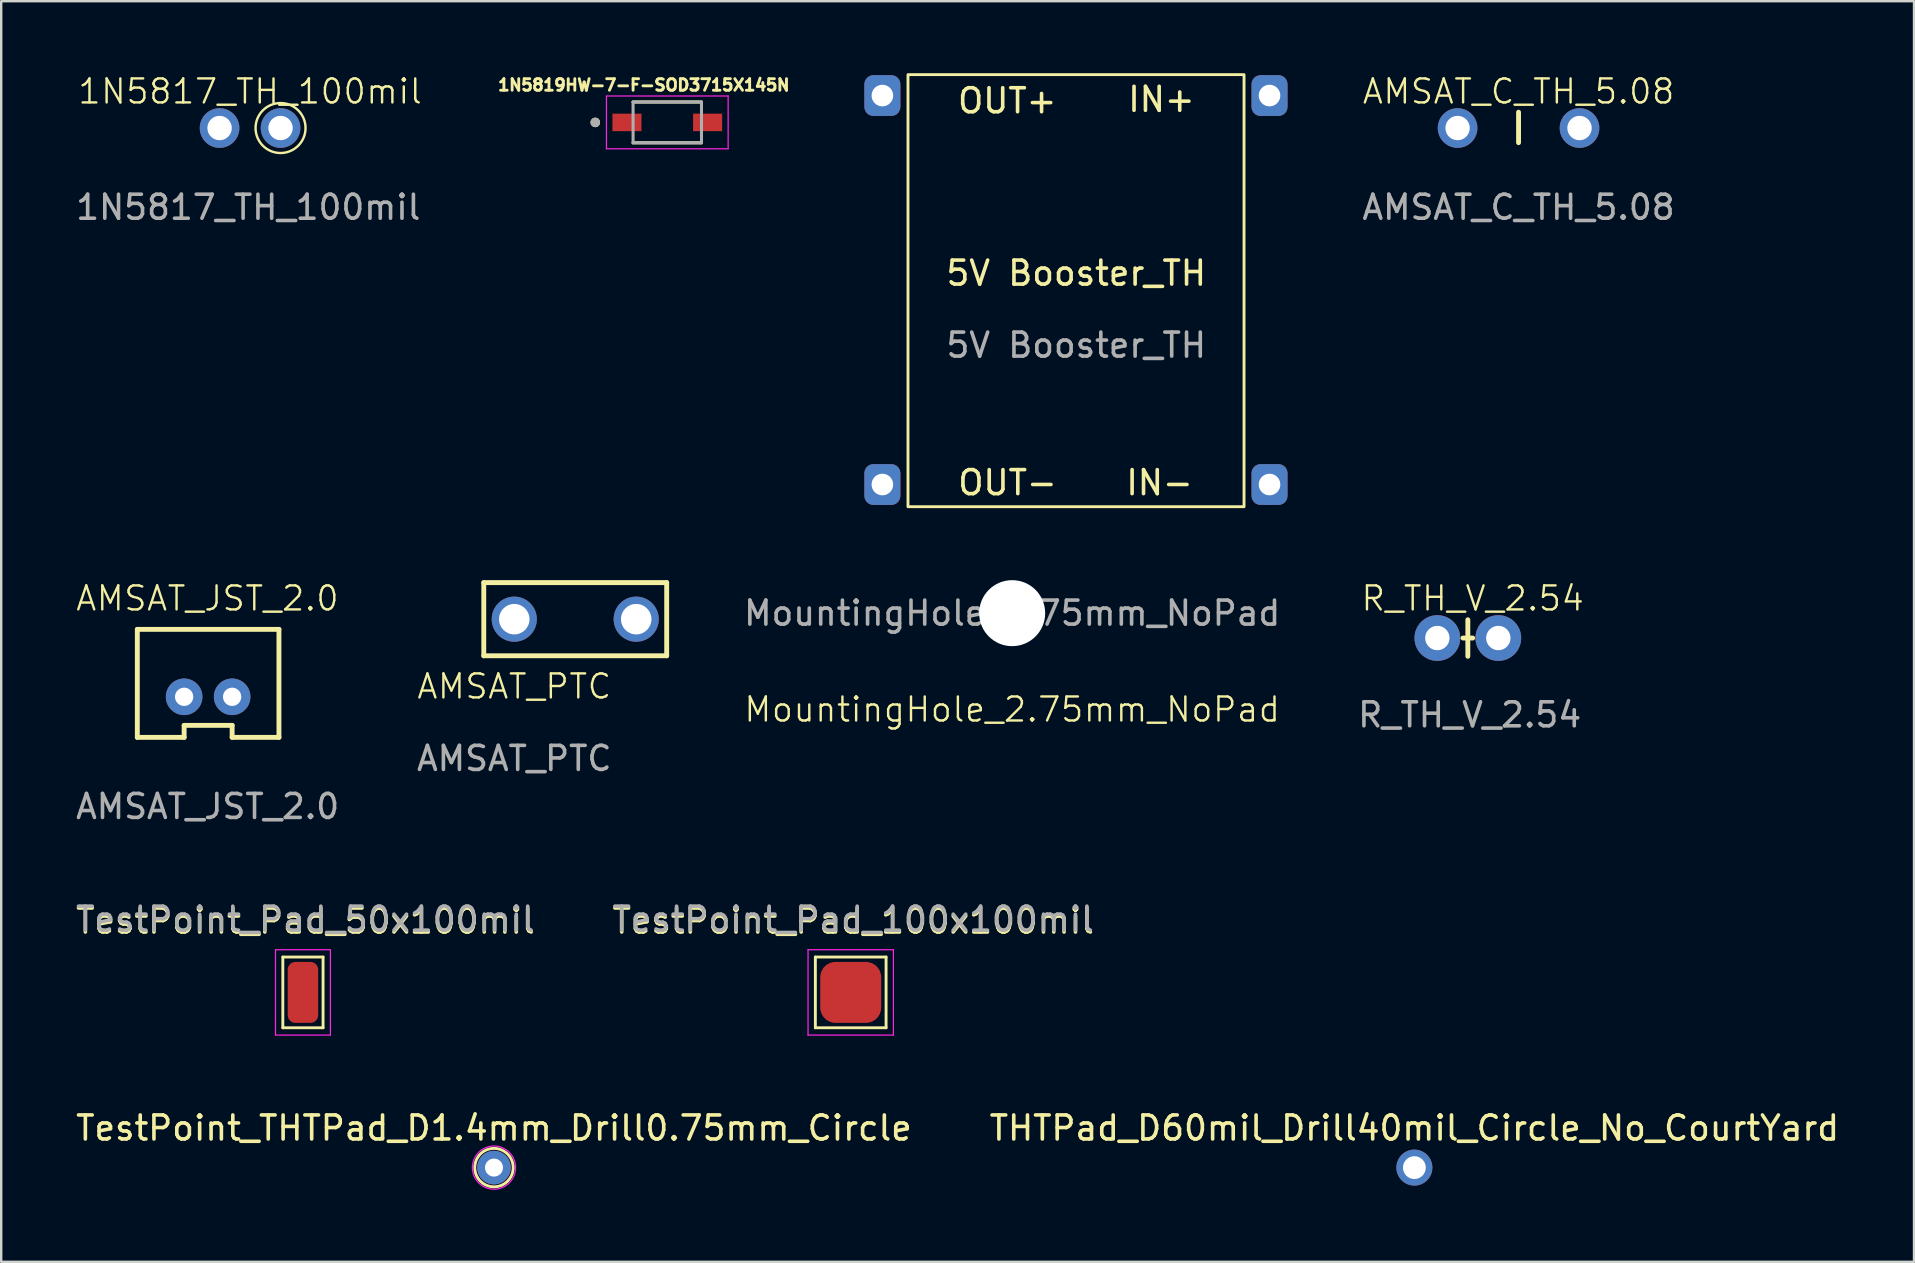
<source format=kicad_pcb>
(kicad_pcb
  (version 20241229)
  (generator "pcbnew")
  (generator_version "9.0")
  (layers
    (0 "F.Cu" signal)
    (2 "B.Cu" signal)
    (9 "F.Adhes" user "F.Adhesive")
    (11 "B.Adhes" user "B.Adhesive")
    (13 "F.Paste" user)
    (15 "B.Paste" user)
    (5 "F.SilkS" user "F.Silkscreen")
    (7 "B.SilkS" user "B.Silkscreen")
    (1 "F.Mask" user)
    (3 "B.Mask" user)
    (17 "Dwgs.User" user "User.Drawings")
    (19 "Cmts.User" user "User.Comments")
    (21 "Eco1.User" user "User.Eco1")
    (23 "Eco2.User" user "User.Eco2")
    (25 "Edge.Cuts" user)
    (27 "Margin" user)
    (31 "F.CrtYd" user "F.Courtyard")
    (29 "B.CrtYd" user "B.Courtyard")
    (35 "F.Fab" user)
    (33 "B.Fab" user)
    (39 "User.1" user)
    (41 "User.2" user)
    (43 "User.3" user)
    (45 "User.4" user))
  (footprint "MountingHole_2.75mm_NoPad"
    (layer "F.Cu")
    (at 39.118 22.495)
    (property "Reference" "MountingHole_2.75mm_NoPad" (at 0 4.013 0) (unlocked yes) (layer "F.SilkS") (effects (font (size 1 1) (thickness 0.1))))
    (attr through_hole)
    (fp_text user "${REFERENCE}" (at 0 0 0) (unlocked yes) (layer "F.Fab") (effects (font (size 1 1) (thickness 0.15))))
    (pad "" np_thru_hole circle (at 0 0) (size 2.75 2.75) (drill 2.75) (layers "*.Cu" "*.Mask")))
  (footprint "1N5819HW-7-F-SOD3715X145N"
    (layer "F.Cu")
    (at 24.75 2.05)
    (property "Reference" "1N5819HW-7-F-SOD3715X145N" (at -0.978 -1.557 0) (layer "F.SilkS") (effects (font (size 0.481 0.481) (thickness 0.15))))
    (attr smd)
    (fp_line (start -1.425 -0.85) (end 1.425 -0.85) (stroke (width 0.127) (type solid)) (layer "F.SilkS"))
    (fp_line (start 1.425 0.85) (end -1.425 0.85) (stroke (width 0.127) (type solid)) (layer "F.SilkS"))
    (fp_circle (center -3 0) (end -2.9 0) (stroke (width 0.2) (type solid)) (fill no) (layer "F.SilkS"))
    (fp_line (start -2.535 -1.1) (end 2.535 -1.1) (stroke (width 0.05) (type solid)) (layer "F.CrtYd"))
    (fp_line (start -2.535 1.1) (end -2.535 -1.1) (stroke (width 0.05) (type solid)) (layer "F.CrtYd"))
    (fp_line (start 2.535 -1.1) (end 2.535 1.1) (stroke (width 0.05) (type solid)) (layer "F.CrtYd"))
    (fp_line (start 2.535 1.1) (end -2.535 1.1) (stroke (width 0.05) (type solid)) (layer "F.CrtYd"))
    (fp_line (start -1.425 -0.85) (end 1.425 -0.85) (stroke (width 0.127) (type solid)) (layer "F.Fab"))
    (fp_line (start -1.425 0.85) (end -1.425 -0.85) (stroke (width 0.127) (type solid)) (layer "F.Fab"))
    (fp_line (start 1.425 -0.85) (end 1.425 0.85) (stroke (width 0.127) (type solid)) (layer "F.Fab"))
    (fp_line (start 1.425 0.85) (end -1.425 0.85) (stroke (width 0.127) (type solid)) (layer "F.Fab"))
    (fp_circle (center -3 0) (end -2.9 0) (stroke (width 0.2) (type solid)) (fill no) (layer "F.Fab"))
    (pad "A" smd rect (at 1.68 0) (size 1.21 0.73) (layers "F.Cu" "F.Mask" "F.Paste"))
    (pad "C" smd rect (at -1.68 0) (size 1.21 0.73) (layers "F.Cu" "F.Mask" "F.Paste")))
  (footprint "TestPoint_THTPad_D1.4mm_Drill0.75mm_Circle"
    (layer "F.Cu")
    (at 17.53 45.594)
    (property "Reference" "TestPoint_THTPad_D1.4mm_Drill0.75mm_Circle" (at 0 -1.648 0) (layer "F.SilkS") (effects (font (size 1 1) (thickness 0.15))))
    (attr exclude_from_pos_files exclude_from_bom)
    (fp_circle (center 0 0) (end 0.8 0) (stroke (width 0.12) (type solid)) (fill no) (layer "F.SilkS"))
    (fp_circle (center 0 0) (end 0.9 0) (stroke (width 0.05) (type solid)) (fill no) (layer "F.CrtYd"))
    (pad "1" thru_hole circle (at 0 0) (size 1.4 1.4) (drill 0.75) (layers "*.Cu" "*.Mask")))
  (footprint "THTPad_D60mil_Drill40mil_Circle_No_CourtYard"
    (layer "F.Cu")
    (at 55.875 45.594)
    (property "Reference" "THTPad_D60mil_Drill40mil_Circle_No_CourtYard" (at 0 -1.648 0) (layer "F.SilkS") (effects (font (size 1 1) (thickness 0.15))))
    (attr exclude_from_pos_files exclude_from_bom)
    (pad "1" thru_hole circle (at 0 0) (size 1.5 1.5) (drill 0.95) (layers "*.Cu" "*.Mask")))
  (footprint "AMSAT_JST_2.0"
    (layer "F.Cu")
    (at 5.621 25.98)
    (property "Reference" "AMSAT_JST_2.0" (at -0.03 -4.1 0) (unlocked yes) (layer "F.SilkS") (effects (font (size 1 1) (thickness 0.1))))
    (attr through_hole)
    (fp_line (start -2.95 -2.81) (end -2.95 1.69) (stroke (width 0.203) (type solid)) (layer "F.SilkS"))
    (fp_line (start -2.95 1.69) (end -1 1.69) (stroke (width 0.203) (type solid)) (layer "F.SilkS"))
    (fp_line (start -1 1.19) (end 1 1.19) (stroke (width 0.203) (type solid)) (layer "F.SilkS"))
    (fp_line (start -1 1.69) (end -1 1.19) (stroke (width 0.203) (type solid)) (layer "F.SilkS"))
    (fp_line (start 1 1.19) (end 1 1.69) (stroke (width 0.203) (type solid)) (layer "F.SilkS"))
    (fp_line (start 1 1.69) (end 2.95 1.69) (stroke (width 0.203) (type solid)) (layer "F.SilkS"))
    (fp_line (start 2.95 -2.81) (end -2.95 -2.81) (stroke (width 0.203) (type solid)) (layer "F.SilkS"))
    (fp_line (start 2.95 1.69) (end 2.95 -2.81) (stroke (width 0.203) (type solid)) (layer "F.SilkS"))
    (fp_text user "${REFERENCE}" (at -0.02 4.57 0) (unlocked yes) (layer "F.Fab") (effects (font (size 1 1) (thickness 0.15))))
    (pad "1" thru_hole circle (at -1 0) (size 1.524 1.524) (drill 0.762) (layers "*.Cu" "*.Mask"))
    (pad "2" thru_hole circle (at 1 0) (size 1.524 1.524) (drill 0.762) (layers "*.Cu" "*.Mask")))
  (footprint "TestPoint_Pad_100x100mil"
    (layer "F.Cu")
    (at 32.392 38.295)
    (property "Reference" "TestPoint_Pad_100x100mil" (at 0.102 -2.972 0) (layer "F.SilkS") (effects (font (size 1 1) (thickness 0.15))))
    (attr exclude_from_pos_files exclude_from_bom)
    (fp_line (start -1.473 -1.473) (end 1.473 -1.473) (stroke (width 0.12) (type solid)) (layer "F.SilkS"))
    (fp_line (start -1.473 1.473) (end -1.473 -1.473) (stroke (width 0.12) (type solid)) (layer "F.SilkS"))
    (fp_line (start 1.473 -1.473) (end 1.473 1.473) (stroke (width 0.12) (type solid)) (layer "F.SilkS"))
    (fp_line (start 1.473 1.473) (end -1.473 1.473) (stroke (width 0.12) (type solid)) (layer "F.SilkS"))
    (fp_line (start -1.778 -1.778) (end -1.778 1.778) (stroke (width 0.05) (type solid)) (layer "F.CrtYd"))
    (fp_line (start -1.778 -1.778) (end 1.778 -1.778) (stroke (width 0.05) (type solid)) (layer "F.CrtYd"))
    (fp_line (start 1.778 1.778) (end -1.778 1.778) (stroke (width 0.05) (type solid)) (layer "F.CrtYd"))
    (fp_line (start 1.778 1.778) (end 1.778 -1.778) (stroke (width 0.05) (type solid)) (layer "F.CrtYd"))
    (fp_text user "${REFERENCE}" (at 0.102 -3.048 0) (layer "F.Fab") (effects (font (size 1 1) (thickness 0.15))))
    (pad "1" smd roundrect (at 0 0) (size 2.54 2.54) (layers "F.Cu" "F.Mask") (roundrect_rratio 0.25)))
  (footprint "R_TH_V_2.54"
    (layer "F.Cu")
    (at 58.102 23.506)
    (property "Reference" "R_TH_V_2.54" (at 0.203 -1.626 0) (unlocked yes) (layer "F.SilkS") (effects (font (size 1 1) (thickness 0.1))))
    (attr smd)
    (fp_line (start 0 -0.737) (end 0 0.025) (stroke (width 0.203) (type solid)) (layer "F.SilkS"))
    (fp_line (start 0 0.025) (end -0.203 0.025) (stroke (width 0.203) (type solid)) (layer "F.SilkS"))
    (fp_line (start 0 0.025) (end 0 0.787) (stroke (width 0.203) (type solid)) (layer "F.SilkS"))
    (fp_line (start 0 0.025) (end 0.203 0.025) (stroke (width 0.203) (type solid)) (layer "F.SilkS"))
    (fp_text user "${REFERENCE}" (at 0.076 3.226 0) (unlocked yes) (layer "F.Fab") (effects (font (size 1 1) (thickness 0.15))))
    (pad "1" thru_hole circle (at -1.27 0.025 90) (size 1.905 1.905) (drill 1.016) (layers "*.Cu" "*.Mask"))
    (pad "2" thru_hole circle (at 1.27 0.025) (size 1.905 1.905) (drill 1.016) (layers "*.Cu" "*.Mask")))
  (footprint "AMSAT_PTC"
    (layer "F.Cu")
    (at 18.375 26.048)
    (property "Reference" "AMSAT_PTC" (at 0 -0.5 0) (unlocked yes) (layer "F.SilkS") (effects (font (size 1 1) (thickness 0.1))))
    (attr through_hole)
    (fp_line (start -1.27 -4.826) (end -1.27 -1.778) (stroke (width 0.203) (type solid)) (layer "F.SilkS"))
    (fp_line (start -1.27 -1.778) (end 6.35 -1.778) (stroke (width 0.203) (type solid)) (layer "F.SilkS"))
    (fp_line (start 6.35 -4.826) (end -1.27 -4.826) (stroke (width 0.203) (type solid)) (layer "F.SilkS"))
    (fp_line (start 6.35 -1.778) (end 6.35 -4.826) (stroke (width 0.203) (type solid)) (layer "F.SilkS"))
    (fp_text user "${REFERENCE}" (at 0 2.5 0) (unlocked yes) (layer "F.Fab") (effects (font (size 1 1) (thickness 0.15))))
    (pad "1" thru_hole circle (at 0 -3.302) (size 1.88 1.88) (drill 1.27) (layers "*.Cu" "*.Mask"))
    (pad "2" thru_hole circle (at 5.08 -3.302) (size 1.88 1.88) (drill 1.27) (layers "*.Cu" "*.Mask")))
  (footprint "AMSAT_C_TH_5.08"
    (layer "F.Cu")
    (at 60.215 2.284)
    (property "Reference" "AMSAT_C_TH_5.08" (at 0 -1.524 0) (unlocked yes) (layer "F.SilkS") (effects (font (size 1 1) (thickness 0.1))))
    (attr smd)
    (fp_line (start 0 -0.66) (end 0 0.61) (stroke (width 0.203) (type solid)) (layer "F.SilkS"))
    (fp_text user "${REFERENCE}" (at 0 3.302 0) (unlocked yes) (layer "F.Fab") (effects (font (size 1 1) (thickness 0.15))))
    (pad "1" thru_hole circle (at -2.54 0 90) (size 1.651 1.651) (drill 1.016) (layers "*.Cu" "*.Mask"))
    (pad "2" thru_hole circle (at 2.54 0 90) (size 1.651 1.651) (drill 1.016) (layers "*.Cu" "*.Mask")))
  (footprint "TestPoint_Pad_50x100mil"
    (layer "F.Cu")
    (at 9.571 38.295)
    (property "Reference" "TestPoint_Pad_50x100mil" (at 0.102 -2.972 0) (layer "F.SilkS") (effects (font (size 1 1) (thickness 0.15))))
    (attr exclude_from_pos_files exclude_from_bom)
    (fp_line (start -0.838 -1.473) (end 0.838 -1.473) (stroke (width 0.12) (type solid)) (layer "F.SilkS"))
    (fp_line (start -0.838 1.473) (end -0.838 -1.473) (stroke (width 0.12) (type solid)) (layer "F.SilkS"))
    (fp_line (start 0.838 -1.473) (end 0.838 1.473) (stroke (width 0.12) (type solid)) (layer "F.SilkS"))
    (fp_line (start 0.838 1.473) (end -0.838 1.473) (stroke (width 0.12) (type solid)) (layer "F.SilkS"))
    (fp_line (start -1.143 -1.778) (end -1.143 1.778) (stroke (width 0.05) (type solid)) (layer "F.CrtYd"))
    (fp_line (start -1.143 -1.778) (end 1.143 -1.778) (stroke (width 0.05) (type solid)) (layer "F.CrtYd"))
    (fp_line (start 1.143 1.778) (end -1.143 1.778) (stroke (width 0.05) (type solid)) (layer "F.CrtYd"))
    (fp_line (start 1.143 1.778) (end 1.143 -1.778) (stroke (width 0.05) (type solid)) (layer "F.CrtYd"))
    (fp_text user "${REFERENCE}" (at 0.102 -3.048 0) (layer "F.Fab") (effects (font (size 1 1) (thickness 0.15))))
    (pad "1" smd roundrect (at 0 0) (size 1.27 2.54) (layers "F.Cu" "F.Mask") (roundrect_rratio 0.25)))
  (footprint "1N5817_TH_100mil"
    (layer "F.Cu")
    (at 7.292 2.284)
    (property "Reference" "1N5817_TH_100mil" (at 0.076 -1.524 0) (unlocked yes) (layer "F.SilkS") (effects (font (size 1 1) (thickness 0.1))))
    (attr smd)
    (fp_circle (center 1.346 0) (end 1.346 1.041) (stroke (width 0.1) (type default)) (fill no) (layer "F.SilkS"))
    (fp_text user "${REFERENCE}" (at 0 3.302 0) (unlocked yes) (layer "F.Fab") (effects (font (size 1 1) (thickness 0.15))))
    (pad "1" thru_hole circle (at 1.346 0 90) (size 1.651 1.651) (drill 1.016) (layers "*.Cu" "*.Mask"))
    (pad "2" thru_hole circle (at -1.194 0 90) (size 1.651 1.651) (drill 1.016) (layers "*.Cu" "*.Mask")))
  (footprint "5V Booster_TH"
    (layer "F.Cu")
    (at 41.788 8.83)
    (property "Reference" "5V Booster_TH" (at 0 -0.5 0) (unlocked yes) (layer "F.SilkS") (effects (font (size 1 1) (thickness 0.15))))
    (attr through_hole)
    (fp_rect (start -7.01 9.23) (end 6.99 -8.77) (stroke (width 0.12) (type solid)) (fill no) (layer "F.SilkS"))
    (fp_text user "OUT-" (at -5.01 8.23 0) (unlocked yes) (layer "F.SilkS") (effects (font (size 1 1) (thickness 0.15)) (justify left)))
    (fp_text user "IN+" (at 2.07 -7.74 0) (unlocked yes) (layer "F.SilkS") (effects (font (size 1 1) (thickness 0.15)) (justify left)))
    (fp_text user "OUT+" (at -5.02 -7.68 0) (unlocked yes) (layer "F.SilkS") (effects (font (size 1 1) (thickness 0.15)) (justify left)))
    (fp_text user "IN-" (at 1.99 8.23 0) (unlocked yes) (layer "F.SilkS") (effects (font (size 1 1) (thickness 0.15)) (justify left)))
    (fp_text user "${REFERENCE}" (at 0 2.5 0) (unlocked yes) (layer "F.Fab") (effects (font (size 1 1) (thickness 0.15))))
    (pad "1" thru_hole roundrect (at 8.052 -7.899) (size 1.5 1.7) (drill 0.9) (layers "*.Cu" "*.Mask") (roundrect_rratio 0.25))
    (pad "2" thru_hole roundrect (at 8.052 8.306) (size 1.5 1.7) (drill 0.9) (layers "*.Cu" "*.Mask") (roundrect_rratio 0.25))
    (pad "3" thru_hole roundrect (at -8.077 -7.899) (size 1.5 1.7) (drill 0.9) (layers "*.Cu" "*.Mask") (roundrect_rratio 0.25))
    (pad "4" thru_hole roundrect (at -8.077 8.306) (size 1.5 1.7) (drill 0.9) (layers "*.Cu" "*.Mask") (roundrect_rratio 0.25)))
  (gr_rect
    (start -3 -3)
    (end 76.69 49.519)
    (stroke (width 0.1) (type default))
    (fill no)
    (layer "Edge.Cuts")))
</source>
